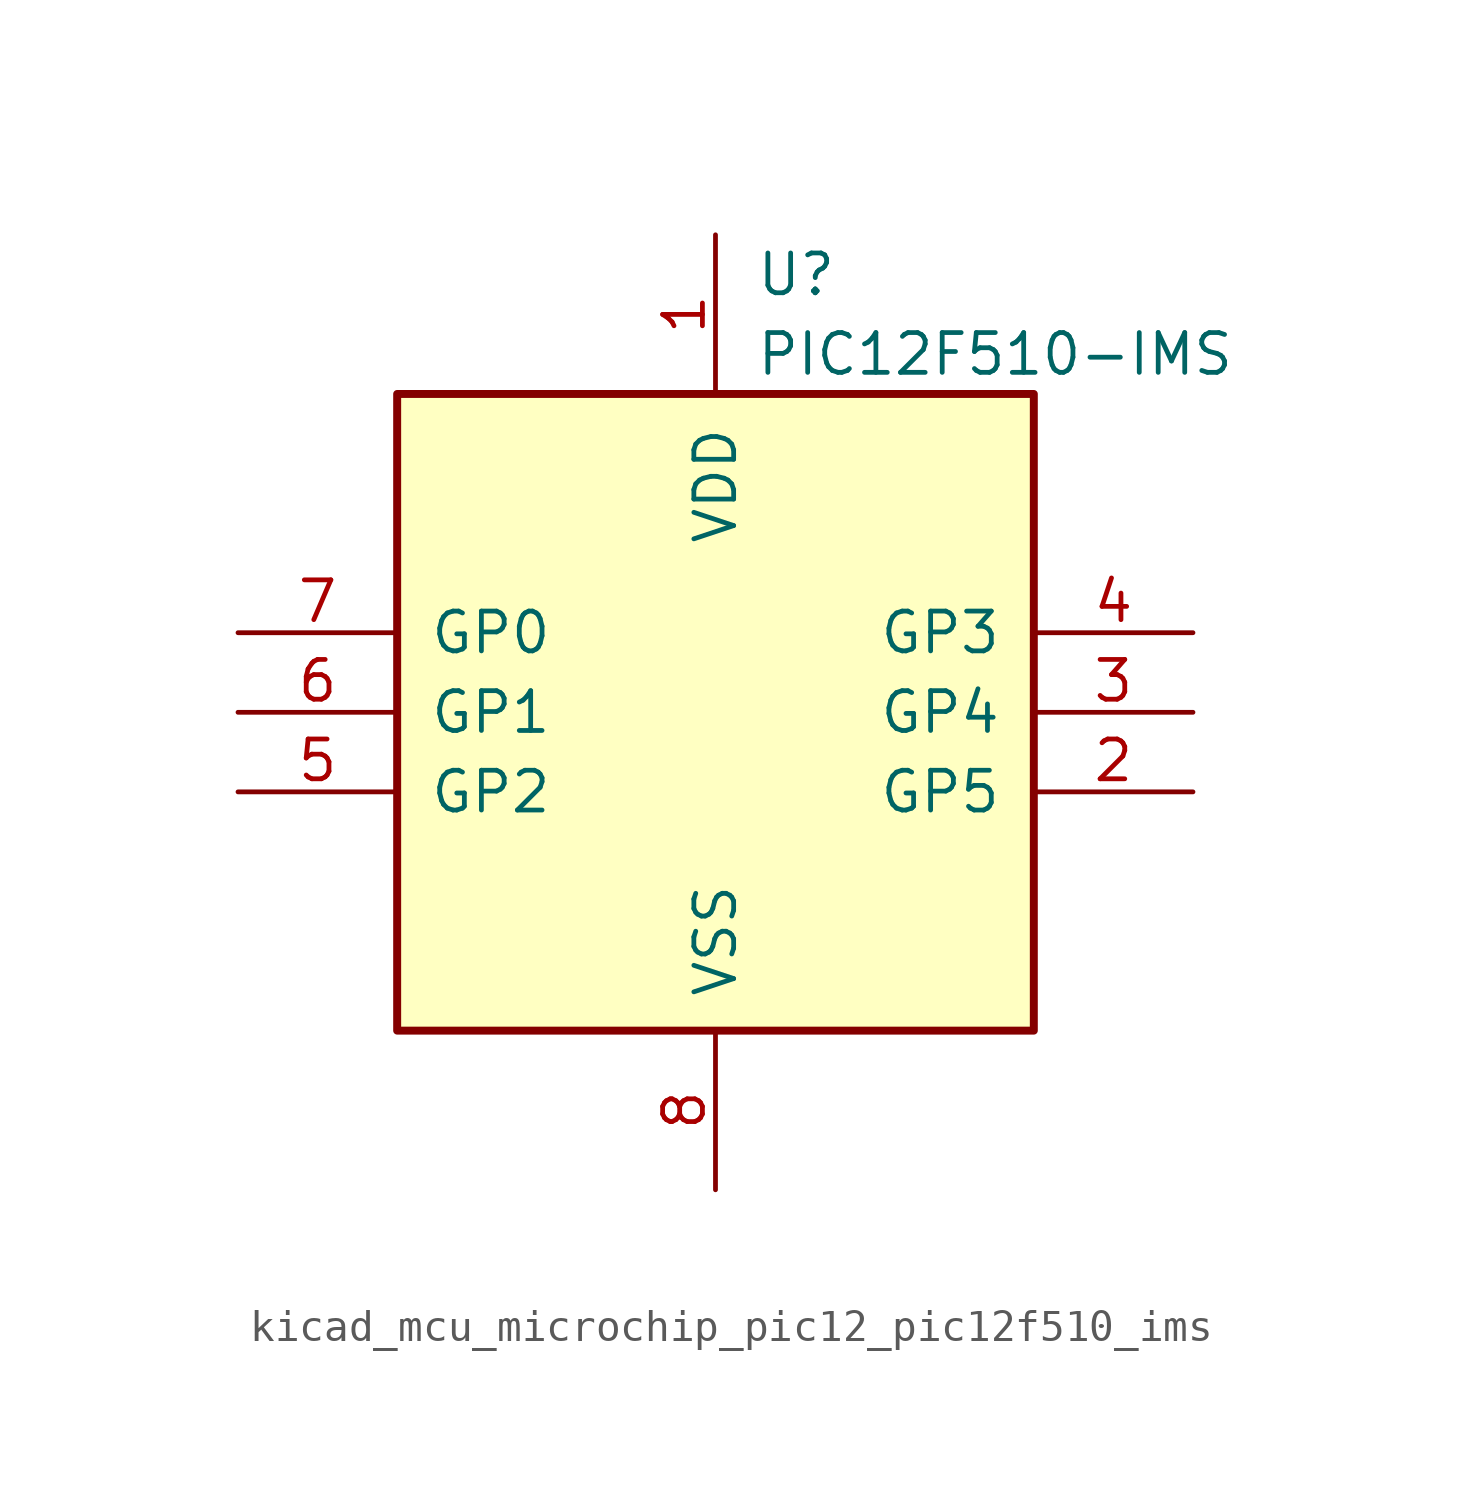
<source format=kicad_sym>
(kicad_symbol_lib
  (version 20220914)
  (generator kicad_symbol_editor)
  (symbol "kicad_mcu_microchip_pic12_pic12f510_ims"
    (pin_names
      (offset 1.016))
    (property "Reference" "U"
      (at 1.27 13.97 0)
      (effects (font (size 1.27 1.27)) (justify left)))
    (property "Value" "PIC12F510-IMS"
      (at 1.27 11.43 0)
      (effects (font (size 1.27 1.27)) (justify left)))
    (symbol "kicad_mcu_microchip_pic12_pic12f510_ims_0_1"
      (rectangle (start 10.16 -10.16) (end -10.16 10.16) (stroke (width 0.254) (type default)) (fill (type background))))
    (symbol "kicad_mcu_microchip_pic12_pic12f510_ims_1_1"
      (pin power_in line (at 0 15.24 270) (length 5.08) (name "VDD" (effects (font (size 1.27 1.27)))) (number "1" (effects (font (size 1.27 1.27)))))
      (pin bidirectional line (at 15.24 -2.54 180) (length 5.08) (name "GP5" (effects (font (size 1.27 1.27)))) (number "2" (effects (font (size 1.27 1.27)))))
      (pin bidirectional line (at 15.24 0 180) (length 5.08) (name "GP4" (effects (font (size 1.27 1.27)))) (number "3" (effects (font (size 1.27 1.27)))))
      (pin input line (at 15.24 2.54 180) (length 5.08) (name "GP3" (effects (font (size 1.27 1.27)))) (number "4" (effects (font (size 1.27 1.27)))))
      (pin bidirectional line (at -15.24 -2.54 0) (length 5.08) (name "GP2" (effects (font (size 1.27 1.27)))) (number "5" (effects (font (size 1.27 1.27)))))
      (pin bidirectional line (at -15.24 0 0) (length 5.08) (name "GP1" (effects (font (size 1.27 1.27)))) (number "6" (effects (font (size 1.27 1.27)))))
      (pin bidirectional line (at -15.24 2.54 0) (length 5.08) (name "GP0" (effects (font (size 1.27 1.27)))) (number "7" (effects (font (size 1.27 1.27)))))
      (pin power_in line (at 0 -15.24 90) (length 5.08) (name "VSS" (effects (font (size 1.27 1.27)))) (number "8" (effects (font (size 1.27 1.27))))))))
</source>
